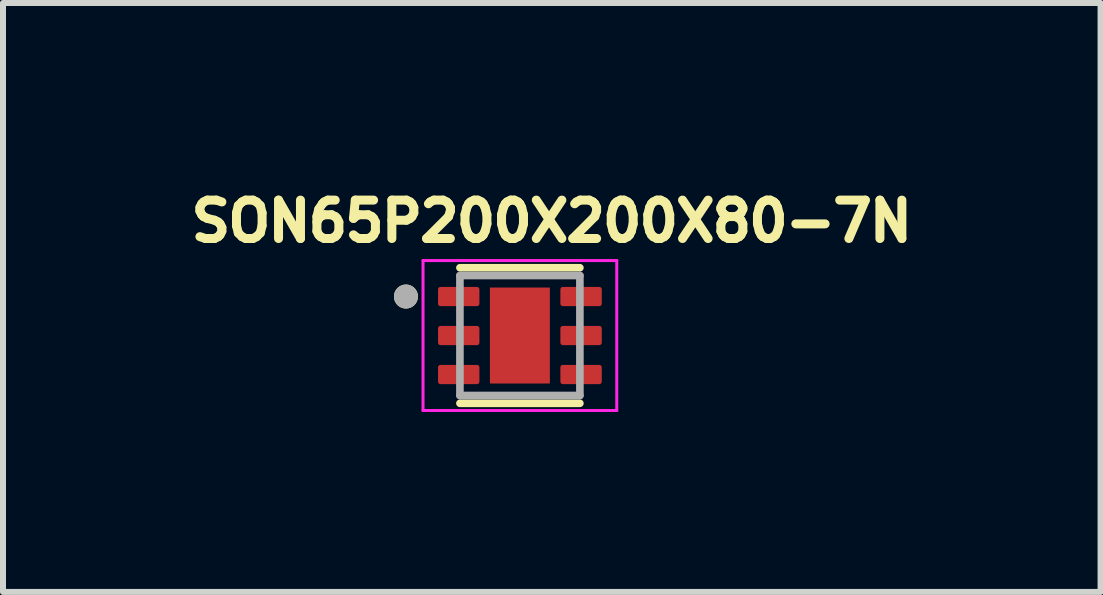
<source format=kicad_pcb>
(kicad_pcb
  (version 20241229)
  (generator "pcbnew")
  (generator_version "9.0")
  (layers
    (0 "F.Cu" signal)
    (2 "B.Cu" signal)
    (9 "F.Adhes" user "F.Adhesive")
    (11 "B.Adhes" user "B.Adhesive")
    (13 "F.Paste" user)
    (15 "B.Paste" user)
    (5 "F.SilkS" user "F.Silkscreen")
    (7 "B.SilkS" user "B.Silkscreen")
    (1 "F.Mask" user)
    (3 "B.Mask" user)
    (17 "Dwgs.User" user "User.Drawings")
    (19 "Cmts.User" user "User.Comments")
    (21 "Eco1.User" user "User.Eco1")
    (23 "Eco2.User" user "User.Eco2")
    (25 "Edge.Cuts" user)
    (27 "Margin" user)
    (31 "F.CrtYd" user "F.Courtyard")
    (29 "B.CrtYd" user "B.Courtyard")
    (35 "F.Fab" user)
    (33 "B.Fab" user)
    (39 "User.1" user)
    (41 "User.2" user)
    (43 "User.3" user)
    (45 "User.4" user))
  (footprint "SON65P200X200X80-7N"
    (layer "F.Cu")
    (at 5.618 2.544)
    (property "Reference" "SON65P200X200X80-7N" (at 0.532 -1.906 0) (layer "F.SilkS") (effects (font (size 0.64 0.64) (thickness 0.15))))
    (attr smd)
    (fp_line (start -1 -1.13) (end 1 -1.13) (stroke (width 0.127) (type solid)) (layer "F.SilkS"))
    (fp_line (start -1 1.13) (end 1 1.13) (stroke (width 0.127) (type solid)) (layer "F.SilkS"))
    (fp_circle (center -1.9 -0.65) (end -1.8 -0.65) (stroke (width 0.2) (type solid)) (fill no) (layer "F.SilkS"))
    (fp_poly (pts (xy -0.316 -0.506) (xy 0.316 -0.506) (xy 0.316 0.506) (xy -0.316 0.506)) (stroke (width 0.01) (type solid)) (fill yes) (layer "F.Paste"))
    (fp_line (start -1.615 -1.25) (end -1.615 1.25) (stroke (width 0.05) (type solid)) (layer "F.CrtYd"))
    (fp_line (start -1.615 -1.25) (end 1.615 -1.25) (stroke (width 0.05) (type solid)) (layer "F.CrtYd"))
    (fp_line (start -1.615 1.25) (end 1.615 1.25) (stroke (width 0.05) (type solid)) (layer "F.CrtYd"))
    (fp_line (start 1.615 -1.25) (end 1.615 1.25) (stroke (width 0.05) (type solid)) (layer "F.CrtYd"))
    (fp_line (start -1 -1) (end -1 1) (stroke (width 0.127) (type solid)) (layer "F.Fab"))
    (fp_line (start -1 -1) (end 1 -1) (stroke (width 0.127) (type solid)) (layer "F.Fab"))
    (fp_line (start -1 1) (end 1 1) (stroke (width 0.127) (type solid)) (layer "F.Fab"))
    (fp_line (start 1 -1) (end 1 1) (stroke (width 0.127) (type solid)) (layer "F.Fab"))
    (fp_circle (center -1.9 -0.65) (end -1.8 -0.65) (stroke (width 0.2) (type solid)) (fill no) (layer "F.Fab"))
    (pad "1" smd roundrect (at -1.02 -0.65) (size 0.69 0.32) (layers "F.Cu" "F.Mask" "F.Paste") (roundrect_rratio 0.125))
    (pad "2" smd roundrect (at -1.02 0) (size 0.69 0.32) (layers "F.Cu" "F.Mask" "F.Paste") (roundrect_rratio 0.125))
    (pad "3" smd roundrect (at -1.02 0.65) (size 0.69 0.32) (layers "F.Cu" "F.Mask" "F.Paste") (roundrect_rratio 0.125))
    (pad "4" smd roundrect (at 1.02 0.65) (size 0.69 0.32) (layers "F.Cu" "F.Mask" "F.Paste") (roundrect_rratio 0.125))
    (pad "5" smd roundrect (at 1.02 0) (size 0.69 0.32) (layers "F.Cu" "F.Mask" "F.Paste") (roundrect_rratio 0.125))
    (pad "6" smd roundrect (at 1.02 -0.65) (size 0.69 0.32) (layers "F.Cu" "F.Mask" "F.Paste") (roundrect_rratio 0.125))
    (pad "7" smd rect (at 0 0) (size 1 1.6) (layers "F.Cu" "F.Mask")))
  (gr_rect
    (start -3 -3)
    (end 15.299 6.819)
    (stroke (width 0.1) (type default))
    (fill no)
    (layer "Edge.Cuts")))
</source>
